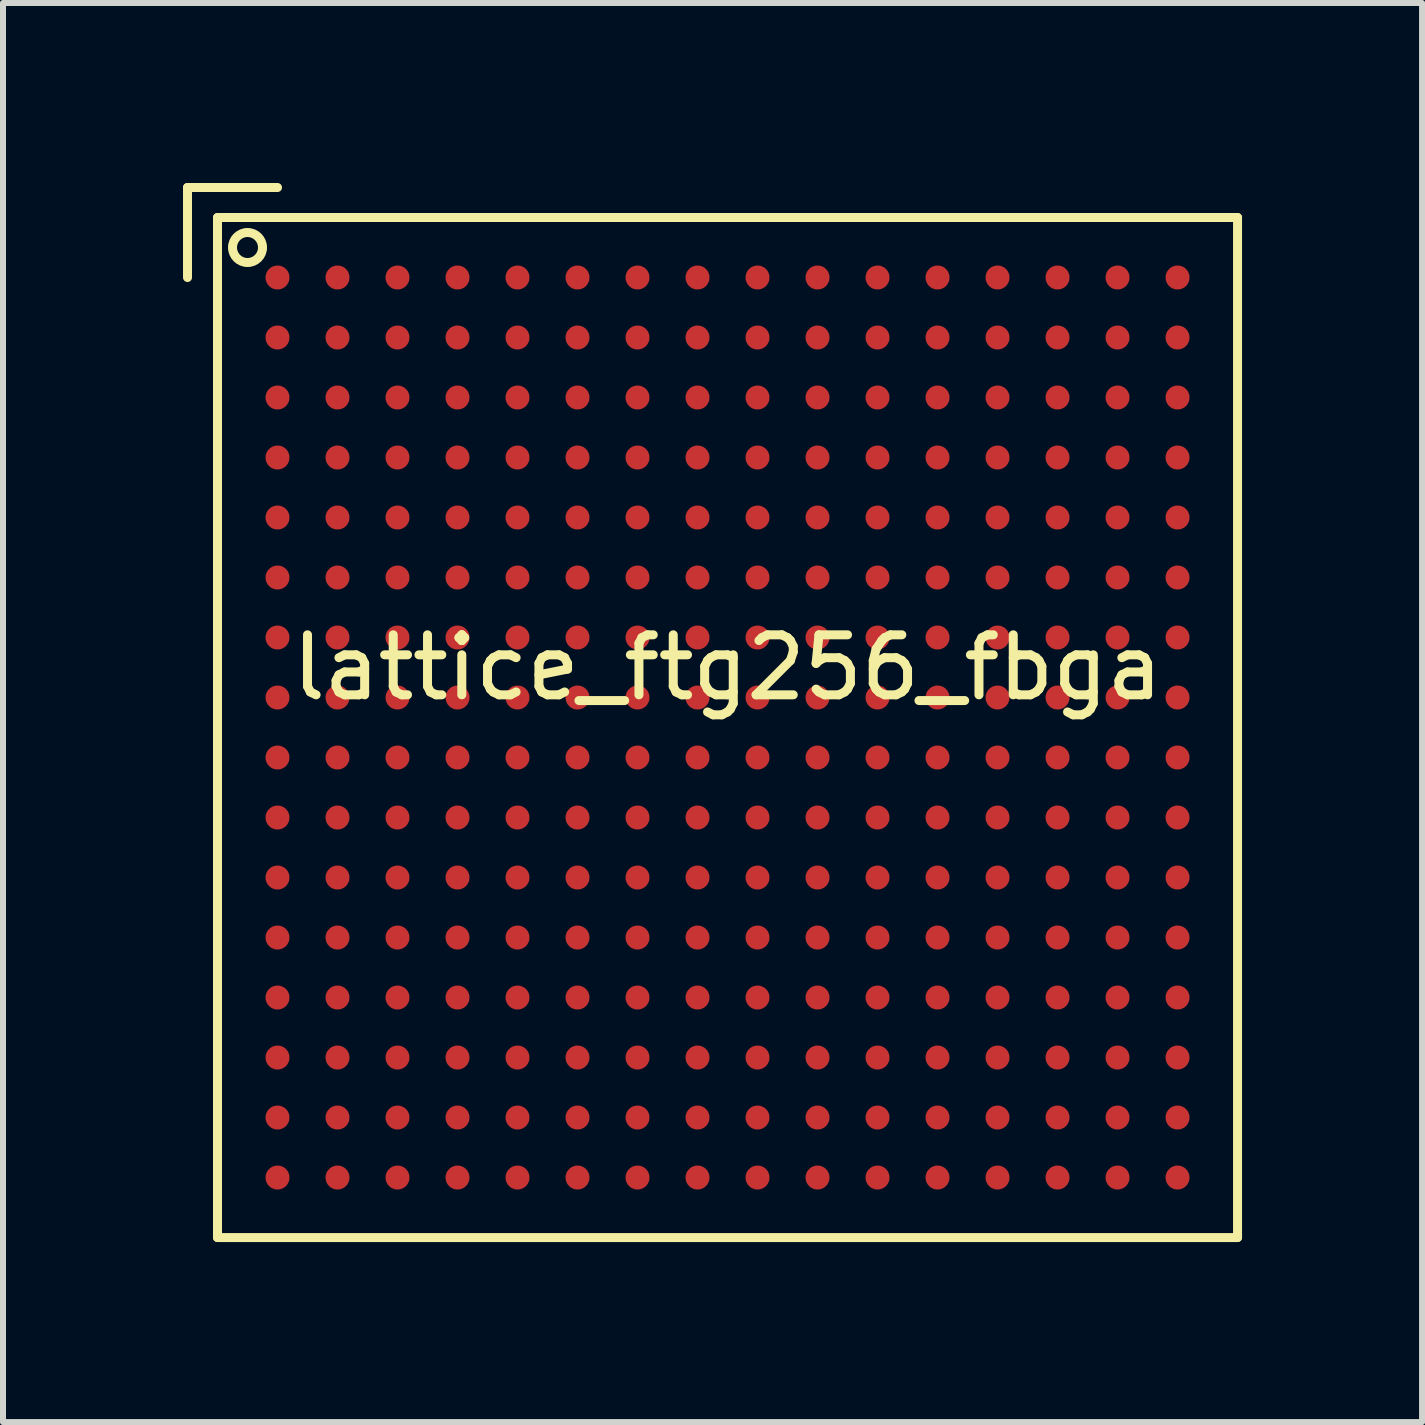
<source format=kicad_pcb>
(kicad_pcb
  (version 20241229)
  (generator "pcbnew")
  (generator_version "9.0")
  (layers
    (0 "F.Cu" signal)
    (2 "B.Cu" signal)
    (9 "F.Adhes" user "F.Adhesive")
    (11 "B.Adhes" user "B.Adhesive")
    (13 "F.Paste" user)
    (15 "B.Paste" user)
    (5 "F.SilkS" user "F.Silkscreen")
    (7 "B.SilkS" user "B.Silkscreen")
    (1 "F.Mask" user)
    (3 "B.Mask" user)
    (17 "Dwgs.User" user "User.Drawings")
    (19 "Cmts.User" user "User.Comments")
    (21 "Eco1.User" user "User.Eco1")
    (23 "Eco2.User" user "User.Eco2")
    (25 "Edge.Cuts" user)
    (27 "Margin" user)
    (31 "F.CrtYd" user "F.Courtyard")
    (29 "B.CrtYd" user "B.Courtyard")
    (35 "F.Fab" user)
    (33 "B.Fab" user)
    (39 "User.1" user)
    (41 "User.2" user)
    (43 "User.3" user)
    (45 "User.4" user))
  (footprint "lattice_ftg256_fbga"
    (layer "F.Cu")
    (at 9.075 9.075)
    (property "Reference" "lattice_ftg256_fbga" (at 0 -1 0) (layer "F.SilkS") (effects (font (size 1 1) (thickness 0.15))))
    (attr through_hole)
    (fp_line (start -9 -9) (end -9 -7.5) (stroke (width 0.15) (type solid)) (layer "F.SilkS"))
    (fp_line (start -9 -9) (end -7.5 -9) (stroke (width 0.15) (type solid)) (layer "F.SilkS"))
    (fp_line (start -8.5 -8.5) (end -8.5 8.5) (stroke (width 0.15) (type solid)) (layer "F.SilkS"))
    (fp_line (start -8.5 8.5) (end 8.5 8.5) (stroke (width 0.15) (type solid)) (layer "F.SilkS"))
    (fp_line (start 8.5 -8.5) (end -8.5 -8.5) (stroke (width 0.15) (type solid)) (layer "F.SilkS"))
    (fp_line (start 8.5 8.5) (end 8.5 -8.5) (stroke (width 0.15) (type solid)) (layer "F.SilkS"))
    (fp_circle (center -8 -8) (end -8 -7.75) (stroke (width 0.15) (type solid)) (fill no) (layer "F.SilkS"))
    (pad "A1" smd circle (at -7.5 -7.5) (size 0.4 0.4) (layers "F.Cu" "F.Mask" "F.Paste"))
    (pad "A2" smd circle (at -6.5 -7.5) (size 0.4 0.4) (layers "F.Cu" "F.Mask" "F.Paste"))
    (pad "A3" smd circle (at -5.5 -7.5) (size 0.4 0.4) (layers "F.Cu" "F.Mask" "F.Paste"))
    (pad "A4" smd circle (at -4.5 -7.5) (size 0.4 0.4) (layers "F.Cu" "F.Mask" "F.Paste"))
    (pad "A5" smd circle (at -3.5 -7.5) (size 0.4 0.4) (layers "F.Cu" "F.Mask" "F.Paste"))
    (pad "A6" smd circle (at -2.5 -7.5) (size 0.4 0.4) (layers "F.Cu" "F.Mask" "F.Paste"))
    (pad "A7" smd circle (at -1.5 -7.5) (size 0.4 0.4) (layers "F.Cu" "F.Mask" "F.Paste"))
    (pad "A8" smd circle (at -0.5 -7.5) (size 0.4 0.4) (layers "F.Cu" "F.Mask" "F.Paste"))
    (pad "A9" smd circle (at 0.5 -7.5) (size 0.4 0.4) (layers "F.Cu" "F.Mask" "F.Paste"))
    (pad "A10" smd circle (at 1.5 -7.5) (size 0.4 0.4) (layers "F.Cu" "F.Mask" "F.Paste"))
    (pad "A11" smd circle (at 2.5 -7.5) (size 0.4 0.4) (layers "F.Cu" "F.Mask" "F.Paste"))
    (pad "A12" smd circle (at 3.5 -7.5) (size 0.4 0.4) (layers "F.Cu" "F.Mask" "F.Paste"))
    (pad "A13" smd circle (at 4.5 -7.5) (size 0.4 0.4) (layers "F.Cu" "F.Mask" "F.Paste"))
    (pad "A14" smd circle (at 5.5 -7.5) (size 0.4 0.4) (layers "F.Cu" "F.Mask" "F.Paste"))
    (pad "A15" smd circle (at 6.5 -7.5) (size 0.4 0.4) (layers "F.Cu" "F.Mask" "F.Paste"))
    (pad "A16" smd circle (at 7.5 -7.5) (size 0.4 0.4) (layers "F.Cu" "F.Mask" "F.Paste"))
    (pad "B1" smd circle (at -7.5 -6.5) (size 0.4 0.4) (layers "F.Cu" "F.Mask" "F.Paste"))
    (pad "B2" smd circle (at -6.5 -6.5) (size 0.4 0.4) (layers "F.Cu" "F.Mask" "F.Paste"))
    (pad "B3" smd circle (at -5.5 -6.5) (size 0.4 0.4) (layers "F.Cu" "F.Mask" "F.Paste"))
    (pad "B4" smd circle (at -4.5 -6.5) (size 0.4 0.4) (layers "F.Cu" "F.Mask" "F.Paste"))
    (pad "B5" smd circle (at -3.5 -6.5) (size 0.4 0.4) (layers "F.Cu" "F.Mask" "F.Paste"))
    (pad "B6" smd circle (at -2.5 -6.5) (size 0.4 0.4) (layers "F.Cu" "F.Mask" "F.Paste"))
    (pad "B7" smd circle (at -1.5 -6.5) (size 0.4 0.4) (layers "F.Cu" "F.Mask" "F.Paste"))
    (pad "B8" smd circle (at -0.5 -6.5) (size 0.4 0.4) (layers "F.Cu" "F.Mask" "F.Paste"))
    (pad "B9" smd circle (at 0.5 -6.5) (size 0.4 0.4) (layers "F.Cu" "F.Mask" "F.Paste"))
    (pad "B10" smd circle (at 1.5 -6.5) (size 0.4 0.4) (layers "F.Cu" "F.Mask" "F.Paste"))
    (pad "B11" smd circle (at 2.5 -6.5) (size 0.4 0.4) (layers "F.Cu" "F.Mask" "F.Paste"))
    (pad "B12" smd circle (at 3.5 -6.5) (size 0.4 0.4) (layers "F.Cu" "F.Mask" "F.Paste"))
    (pad "B13" smd circle (at 4.5 -6.5) (size 0.4 0.4) (layers "F.Cu" "F.Mask" "F.Paste"))
    (pad "B14" smd circle (at 5.5 -6.5) (size 0.4 0.4) (layers "F.Cu" "F.Mask" "F.Paste"))
    (pad "B15" smd circle (at 6.5 -6.5) (size 0.4 0.4) (layers "F.Cu" "F.Mask" "F.Paste"))
    (pad "B16" smd circle (at 7.5 -6.5) (size 0.4 0.4) (layers "F.Cu" "F.Mask" "F.Paste"))
    (pad "C1" smd circle (at -7.5 -5.5) (size 0.4 0.4) (layers "F.Cu" "F.Mask" "F.Paste"))
    (pad "C2" smd circle (at -6.5 -5.5) (size 0.4 0.4) (layers "F.Cu" "F.Mask" "F.Paste"))
    (pad "C3" smd circle (at -5.5 -5.5) (size 0.4 0.4) (layers "F.Cu" "F.Mask" "F.Paste"))
    (pad "C4" smd circle (at -4.5 -5.5) (size 0.4 0.4) (layers "F.Cu" "F.Mask" "F.Paste"))
    (pad "C5" smd circle (at -3.5 -5.5) (size 0.4 0.4) (layers "F.Cu" "F.Mask" "F.Paste"))
    (pad "C6" smd circle (at -2.5 -5.5) (size 0.4 0.4) (layers "F.Cu" "F.Mask" "F.Paste"))
    (pad "C7" smd circle (at -1.5 -5.5) (size 0.4 0.4) (layers "F.Cu" "F.Mask" "F.Paste"))
    (pad "C8" smd circle (at -0.5 -5.5) (size 0.4 0.4) (layers "F.Cu" "F.Mask" "F.Paste"))
    (pad "C9" smd circle (at 0.5 -5.5) (size 0.4 0.4) (layers "F.Cu" "F.Mask" "F.Paste"))
    (pad "C10" smd circle (at 1.5 -5.5) (size 0.4 0.4) (layers "F.Cu" "F.Mask" "F.Paste"))
    (pad "C11" smd circle (at 2.5 -5.5) (size 0.4 0.4) (layers "F.Cu" "F.Mask" "F.Paste"))
    (pad "C12" smd circle (at 3.5 -5.5) (size 0.4 0.4) (layers "F.Cu" "F.Mask" "F.Paste"))
    (pad "C13" smd circle (at 4.5 -5.5) (size 0.4 0.4) (layers "F.Cu" "F.Mask" "F.Paste"))
    (pad "C14" smd circle (at 5.5 -5.5) (size 0.4 0.4) (layers "F.Cu" "F.Mask" "F.Paste"))
    (pad "C15" smd circle (at 6.5 -5.5) (size 0.4 0.4) (layers "F.Cu" "F.Mask" "F.Paste"))
    (pad "C16" smd circle (at 7.5 -5.5) (size 0.4 0.4) (layers "F.Cu" "F.Mask" "F.Paste"))
    (pad "D1" smd circle (at -7.5 -4.5) (size 0.4 0.4) (layers "F.Cu" "F.Mask" "F.Paste"))
    (pad "D2" smd circle (at -6.5 -4.5) (size 0.4 0.4) (layers "F.Cu" "F.Mask" "F.Paste"))
    (pad "D3" smd circle (at -5.5 -4.5) (size 0.4 0.4) (layers "F.Cu" "F.Mask" "F.Paste"))
    (pad "D4" smd circle (at -4.5 -4.5) (size 0.4 0.4) (layers "F.Cu" "F.Mask" "F.Paste"))
    (pad "D5" smd circle (at -3.5 -4.5) (size 0.4 0.4) (layers "F.Cu" "F.Mask" "F.Paste"))
    (pad "D6" smd circle (at -2.5 -4.5) (size 0.4 0.4) (layers "F.Cu" "F.Mask" "F.Paste"))
    (pad "D7" smd circle (at -1.5 -4.5) (size 0.4 0.4) (layers "F.Cu" "F.Mask" "F.Paste"))
    (pad "D8" smd circle (at -0.5 -4.5) (size 0.4 0.4) (layers "F.Cu" "F.Mask" "F.Paste"))
    (pad "D9" smd circle (at 0.5 -4.5) (size 0.4 0.4) (layers "F.Cu" "F.Mask" "F.Paste"))
    (pad "D10" smd circle (at 1.5 -4.5) (size 0.4 0.4) (layers "F.Cu" "F.Mask" "F.Paste"))
    (pad "D11" smd circle (at 2.5 -4.5) (size 0.4 0.4) (layers "F.Cu" "F.Mask" "F.Paste"))
    (pad "D12" smd circle (at 3.5 -4.5) (size 0.4 0.4) (layers "F.Cu" "F.Mask" "F.Paste"))
    (pad "D13" smd circle (at 4.5 -4.5) (size 0.4 0.4) (layers "F.Cu" "F.Mask" "F.Paste"))
    (pad "D14" smd circle (at 5.5 -4.5) (size 0.4 0.4) (layers "F.Cu" "F.Mask" "F.Paste"))
    (pad "D15" smd circle (at 6.5 -4.5) (size 0.4 0.4) (layers "F.Cu" "F.Mask" "F.Paste"))
    (pad "D16" smd circle (at 7.5 -4.5) (size 0.4 0.4) (layers "F.Cu" "F.Mask" "F.Paste"))
    (pad "E1" smd circle (at -7.5 -3.5) (size 0.4 0.4) (layers "F.Cu" "F.Mask" "F.Paste"))
    (pad "E2" smd circle (at -6.5 -3.5) (size 0.4 0.4) (layers "F.Cu" "F.Mask" "F.Paste"))
    (pad "E3" smd circle (at -5.5 -3.5) (size 0.4 0.4) (layers "F.Cu" "F.Mask" "F.Paste"))
    (pad "E4" smd circle (at -4.5 -3.5) (size 0.4 0.4) (layers "F.Cu" "F.Mask" "F.Paste"))
    (pad "E5" smd circle (at -3.5 -3.5) (size 0.4 0.4) (layers "F.Cu" "F.Mask" "F.Paste"))
    (pad "E6" smd circle (at -2.5 -3.5) (size 0.4 0.4) (layers "F.Cu" "F.Mask" "F.Paste"))
    (pad "E7" smd circle (at -1.5 -3.5) (size 0.4 0.4) (layers "F.Cu" "F.Mask" "F.Paste"))
    (pad "E8" smd circle (at -0.5 -3.5) (size 0.4 0.4) (layers "F.Cu" "F.Mask" "F.Paste"))
    (pad "E9" smd circle (at 0.5 -3.5) (size 0.4 0.4) (layers "F.Cu" "F.Mask" "F.Paste"))
    (pad "E10" smd circle (at 1.5 -3.5) (size 0.4 0.4) (layers "F.Cu" "F.Mask" "F.Paste"))
    (pad "E11" smd circle (at 2.5 -3.5) (size 0.4 0.4) (layers "F.Cu" "F.Mask" "F.Paste"))
    (pad "E12" smd circle (at 3.5 -3.5) (size 0.4 0.4) (layers "F.Cu" "F.Mask" "F.Paste"))
    (pad "E13" smd circle (at 4.5 -3.5) (size 0.4 0.4) (layers "F.Cu" "F.Mask" "F.Paste"))
    (pad "E14" smd circle (at 5.5 -3.5) (size 0.4 0.4) (layers "F.Cu" "F.Mask" "F.Paste"))
    (pad "E15" smd circle (at 6.5 -3.5) (size 0.4 0.4) (layers "F.Cu" "F.Mask" "F.Paste"))
    (pad "E16" smd circle (at 7.5 -3.5) (size 0.4 0.4) (layers "F.Cu" "F.Mask" "F.Paste"))
    (pad "F1" smd circle (at -7.5 -2.5) (size 0.4 0.4) (layers "F.Cu" "F.Mask" "F.Paste"))
    (pad "F2" smd circle (at -6.5 -2.5) (size 0.4 0.4) (layers "F.Cu" "F.Mask" "F.Paste"))
    (pad "F3" smd circle (at -5.5 -2.5) (size 0.4 0.4) (layers "F.Cu" "F.Mask" "F.Paste"))
    (pad "F4" smd circle (at -4.5 -2.5) (size 0.4 0.4) (layers "F.Cu" "F.Mask" "F.Paste"))
    (pad "F5" smd circle (at -3.5 -2.5) (size 0.4 0.4) (layers "F.Cu" "F.Mask" "F.Paste"))
    (pad "F6" smd circle (at -2.5 -2.5) (size 0.4 0.4) (layers "F.Cu" "F.Mask" "F.Paste"))
    (pad "F7" smd circle (at -1.5 -2.5) (size 0.4 0.4) (layers "F.Cu" "F.Mask" "F.Paste"))
    (pad "F8" smd circle (at -0.5 -2.5) (size 0.4 0.4) (layers "F.Cu" "F.Mask" "F.Paste"))
    (pad "F9" smd circle (at 0.5 -2.5) (size 0.4 0.4) (layers "F.Cu" "F.Mask" "F.Paste"))
    (pad "F10" smd circle (at 1.5 -2.5) (size 0.4 0.4) (layers "F.Cu" "F.Mask" "F.Paste"))
    (pad "F11" smd circle (at 2.5 -2.5) (size 0.4 0.4) (layers "F.Cu" "F.Mask" "F.Paste"))
    (pad "F12" smd circle (at 3.5 -2.5) (size 0.4 0.4) (layers "F.Cu" "F.Mask" "F.Paste"))
    (pad "F13" smd circle (at 4.5 -2.5) (size 0.4 0.4) (layers "F.Cu" "F.Mask" "F.Paste"))
    (pad "F14" smd circle (at 5.5 -2.5) (size 0.4 0.4) (layers "F.Cu" "F.Mask" "F.Paste"))
    (pad "F15" smd circle (at 6.5 -2.5) (size 0.4 0.4) (layers "F.Cu" "F.Mask" "F.Paste"))
    (pad "F16" smd circle (at 7.5 -2.5) (size 0.4 0.4) (layers "F.Cu" "F.Mask" "F.Paste"))
    (pad "G1" smd circle (at -7.5 -1.5) (size 0.4 0.4) (layers "F.Cu" "F.Mask" "F.Paste"))
    (pad "G2" smd circle (at -6.5 -1.5) (size 0.4 0.4) (layers "F.Cu" "F.Mask" "F.Paste"))
    (pad "G3" smd circle (at -5.5 -1.5) (size 0.4 0.4) (layers "F.Cu" "F.Mask" "F.Paste"))
    (pad "G4" smd circle (at -4.5 -1.5) (size 0.4 0.4) (layers "F.Cu" "F.Mask" "F.Paste"))
    (pad "G5" smd circle (at -3.5 -1.5) (size 0.4 0.4) (layers "F.Cu" "F.Mask" "F.Paste"))
    (pad "G6" smd circle (at -2.5 -1.5) (size 0.4 0.4) (layers "F.Cu" "F.Mask" "F.Paste"))
    (pad "G7" smd circle (at -1.5 -1.5) (size 0.4 0.4) (layers "F.Cu" "F.Mask" "F.Paste"))
    (pad "G8" smd circle (at -0.5 -1.5) (size 0.4 0.4) (layers "F.Cu" "F.Mask" "F.Paste"))
    (pad "G9" smd circle (at 0.5 -1.5) (size 0.4 0.4) (layers "F.Cu" "F.Mask" "F.Paste"))
    (pad "G10" smd circle (at 1.5 -1.5) (size 0.4 0.4) (layers "F.Cu" "F.Mask" "F.Paste"))
    (pad "G11" smd circle (at 2.5 -1.5) (size 0.4 0.4) (layers "F.Cu" "F.Mask" "F.Paste"))
    (pad "G12" smd circle (at 3.5 -1.5) (size 0.4 0.4) (layers "F.Cu" "F.Mask" "F.Paste"))
    (pad "G13" smd circle (at 4.5 -1.5) (size 0.4 0.4) (layers "F.Cu" "F.Mask" "F.Paste"))
    (pad "G14" smd circle (at 5.5 -1.5) (size 0.4 0.4) (layers "F.Cu" "F.Mask" "F.Paste"))
    (pad "G15" smd circle (at 6.5 -1.5) (size 0.4 0.4) (layers "F.Cu" "F.Mask" "F.Paste"))
    (pad "G16" smd circle (at 7.5 -1.5) (size 0.4 0.4) (layers "F.Cu" "F.Mask" "F.Paste"))
    (pad "H1" smd circle (at -7.5 -0.5) (size 0.4 0.4) (layers "F.Cu" "F.Mask" "F.Paste"))
    (pad "H2" smd circle (at -6.5 -0.5) (size 0.4 0.4) (layers "F.Cu" "F.Mask" "F.Paste"))
    (pad "H3" smd circle (at -5.5 -0.5) (size 0.4 0.4) (layers "F.Cu" "F.Mask" "F.Paste"))
    (pad "H4" smd circle (at -4.5 -0.5) (size 0.4 0.4) (layers "F.Cu" "F.Mask" "F.Paste"))
    (pad "H5" smd circle (at -3.5 -0.5) (size 0.4 0.4) (layers "F.Cu" "F.Mask" "F.Paste"))
    (pad "H6" smd circle (at -2.5 -0.5) (size 0.4 0.4) (layers "F.Cu" "F.Mask" "F.Paste"))
    (pad "H7" smd circle (at -1.5 -0.5) (size 0.4 0.4) (layers "F.Cu" "F.Mask" "F.Paste"))
    (pad "H8" smd circle (at -0.5 -0.5) (size 0.4 0.4) (layers "F.Cu" "F.Mask" "F.Paste"))
    (pad "H9" smd circle (at 0.5 -0.5) (size 0.4 0.4) (layers "F.Cu" "F.Mask" "F.Paste"))
    (pad "H10" smd circle (at 1.5 -0.5) (size 0.4 0.4) (layers "F.Cu" "F.Mask" "F.Paste"))
    (pad "H11" smd circle (at 2.5 -0.5) (size 0.4 0.4) (layers "F.Cu" "F.Mask" "F.Paste"))
    (pad "H12" smd circle (at 3.5 -0.5) (size 0.4 0.4) (layers "F.Cu" "F.Mask" "F.Paste"))
    (pad "H13" smd circle (at 4.5 -0.5) (size 0.4 0.4) (layers "F.Cu" "F.Mask" "F.Paste"))
    (pad "H14" smd circle (at 5.5 -0.5) (size 0.4 0.4) (layers "F.Cu" "F.Mask" "F.Paste"))
    (pad "H15" smd circle (at 6.5 -0.5) (size 0.4 0.4) (layers "F.Cu" "F.Mask" "F.Paste"))
    (pad "H16" smd circle (at 7.5 -0.5) (size 0.4 0.4) (layers "F.Cu" "F.Mask" "F.Paste"))
    (pad "J1" smd circle (at -7.5 0.5) (size 0.4 0.4) (layers "F.Cu" "F.Mask" "F.Paste"))
    (pad "J2" smd circle (at -6.5 0.5) (size 0.4 0.4) (layers "F.Cu" "F.Mask" "F.Paste"))
    (pad "J3" smd circle (at -5.5 0.5) (size 0.4 0.4) (layers "F.Cu" "F.Mask" "F.Paste"))
    (pad "J4" smd circle (at -4.5 0.5) (size 0.4 0.4) (layers "F.Cu" "F.Mask" "F.Paste"))
    (pad "J5" smd circle (at -3.5 0.5) (size 0.4 0.4) (layers "F.Cu" "F.Mask" "F.Paste"))
    (pad "J6" smd circle (at -2.5 0.5) (size 0.4 0.4) (layers "F.Cu" "F.Mask" "F.Paste"))
    (pad "J7" smd circle (at -1.5 0.5) (size 0.4 0.4) (layers "F.Cu" "F.Mask" "F.Paste"))
    (pad "J8" smd circle (at -0.5 0.5) (size 0.4 0.4) (layers "F.Cu" "F.Mask" "F.Paste"))
    (pad "J9" smd circle (at 0.5 0.5) (size 0.4 0.4) (layers "F.Cu" "F.Mask" "F.Paste"))
    (pad "J10" smd circle (at 1.5 0.5) (size 0.4 0.4) (layers "F.Cu" "F.Mask" "F.Paste"))
    (pad "J11" smd circle (at 2.5 0.5) (size 0.4 0.4) (layers "F.Cu" "F.Mask" "F.Paste"))
    (pad "J12" smd circle (at 3.5 0.5) (size 0.4 0.4) (layers "F.Cu" "F.Mask" "F.Paste"))
    (pad "J13" smd circle (at 4.5 0.5) (size 0.4 0.4) (layers "F.Cu" "F.Mask" "F.Paste"))
    (pad "J14" smd circle (at 5.5 0.5) (size 0.4 0.4) (layers "F.Cu" "F.Mask" "F.Paste"))
    (pad "J15" smd circle (at 6.5 0.5) (size 0.4 0.4) (layers "F.Cu" "F.Mask" "F.Paste"))
    (pad "J16" smd circle (at 7.5 0.5) (size 0.4 0.4) (layers "F.Cu" "F.Mask" "F.Paste"))
    (pad "K1" smd circle (at -7.5 1.5) (size 0.4 0.4) (layers "F.Cu" "F.Mask" "F.Paste"))
    (pad "K2" smd circle (at -6.5 1.5) (size 0.4 0.4) (layers "F.Cu" "F.Mask" "F.Paste"))
    (pad "K3" smd circle (at -5.5 1.5) (size 0.4 0.4) (layers "F.Cu" "F.Mask" "F.Paste"))
    (pad "K4" smd circle (at -4.5 1.5) (size 0.4 0.4) (layers "F.Cu" "F.Mask" "F.Paste"))
    (pad "K5" smd circle (at -3.5 1.5) (size 0.4 0.4) (layers "F.Cu" "F.Mask" "F.Paste"))
    (pad "K6" smd circle (at -2.5 1.5) (size 0.4 0.4) (layers "F.Cu" "F.Mask" "F.Paste"))
    (pad "K7" smd circle (at -1.5 1.5) (size 0.4 0.4) (layers "F.Cu" "F.Mask" "F.Paste"))
    (pad "K8" smd circle (at -0.5 1.5) (size 0.4 0.4) (layers "F.Cu" "F.Mask" "F.Paste"))
    (pad "K9" smd circle (at 0.5 1.5) (size 0.4 0.4) (layers "F.Cu" "F.Mask" "F.Paste"))
    (pad "K10" smd circle (at 1.5 1.5) (size 0.4 0.4) (layers "F.Cu" "F.Mask" "F.Paste"))
    (pad "K11" smd circle (at 2.5 1.5) (size 0.4 0.4) (layers "F.Cu" "F.Mask" "F.Paste"))
    (pad "K12" smd circle (at 3.5 1.5) (size 0.4 0.4) (layers "F.Cu" "F.Mask" "F.Paste"))
    (pad "K13" smd circle (at 4.5 1.5) (size 0.4 0.4) (layers "F.Cu" "F.Mask" "F.Paste"))
    (pad "K14" smd circle (at 5.5 1.5) (size 0.4 0.4) (layers "F.Cu" "F.Mask" "F.Paste"))
    (pad "K15" smd circle (at 6.5 1.5) (size 0.4 0.4) (layers "F.Cu" "F.Mask" "F.Paste"))
    (pad "K16" smd circle (at 7.5 1.5) (size 0.4 0.4) (layers "F.Cu" "F.Mask" "F.Paste"))
    (pad "L1" smd circle (at -7.5 2.5) (size 0.4 0.4) (layers "F.Cu" "F.Mask" "F.Paste"))
    (pad "L2" smd circle (at -6.5 2.5) (size 0.4 0.4) (layers "F.Cu" "F.Mask" "F.Paste"))
    (pad "L3" smd circle (at -5.5 2.5) (size 0.4 0.4) (layers "F.Cu" "F.Mask" "F.Paste"))
    (pad "L4" smd circle (at -4.5 2.5) (size 0.4 0.4) (layers "F.Cu" "F.Mask" "F.Paste"))
    (pad "L5" smd circle (at -3.5 2.5) (size 0.4 0.4) (layers "F.Cu" "F.Mask" "F.Paste"))
    (pad "L6" smd circle (at -2.5 2.5) (size 0.4 0.4) (layers "F.Cu" "F.Mask" "F.Paste"))
    (pad "L7" smd circle (at -1.5 2.5) (size 0.4 0.4) (layers "F.Cu" "F.Mask" "F.Paste"))
    (pad "L8" smd circle (at -0.5 2.5) (size 0.4 0.4) (layers "F.Cu" "F.Mask" "F.Paste"))
    (pad "L9" smd circle (at 0.5 2.5) (size 0.4 0.4) (layers "F.Cu" "F.Mask" "F.Paste"))
    (pad "L10" smd circle (at 1.5 2.5) (size 0.4 0.4) (layers "F.Cu" "F.Mask" "F.Paste"))
    (pad "L11" smd circle (at 2.5 2.5) (size 0.4 0.4) (layers "F.Cu" "F.Mask" "F.Paste"))
    (pad "L12" smd circle (at 3.5 2.5) (size 0.4 0.4) (layers "F.Cu" "F.Mask" "F.Paste"))
    (pad "L13" smd circle (at 4.5 2.5) (size 0.4 0.4) (layers "F.Cu" "F.Mask" "F.Paste"))
    (pad "L14" smd circle (at 5.5 2.5) (size 0.4 0.4) (layers "F.Cu" "F.Mask" "F.Paste"))
    (pad "L15" smd circle (at 6.5 2.5) (size 0.4 0.4) (layers "F.Cu" "F.Mask" "F.Paste"))
    (pad "L16" smd circle (at 7.5 2.5) (size 0.4 0.4) (layers "F.Cu" "F.Mask" "F.Paste"))
    (pad "M1" smd circle (at -7.5 3.5) (size 0.4 0.4) (layers "F.Cu" "F.Mask" "F.Paste"))
    (pad "M2" smd circle (at -6.5 3.5) (size 0.4 0.4) (layers "F.Cu" "F.Mask" "F.Paste"))
    (pad "M3" smd circle (at -5.5 3.5) (size 0.4 0.4) (layers "F.Cu" "F.Mask" "F.Paste"))
    (pad "M4" smd circle (at -4.5 3.5) (size 0.4 0.4) (layers "F.Cu" "F.Mask" "F.Paste"))
    (pad "M5" smd circle (at -3.5 3.5) (size 0.4 0.4) (layers "F.Cu" "F.Mask" "F.Paste"))
    (pad "M6" smd circle (at -2.5 3.5) (size 0.4 0.4) (layers "F.Cu" "F.Mask" "F.Paste"))
    (pad "M7" smd circle (at -1.5 3.5) (size 0.4 0.4) (layers "F.Cu" "F.Mask" "F.Paste"))
    (pad "M8" smd circle (at -0.5 3.5) (size 0.4 0.4) (layers "F.Cu" "F.Mask" "F.Paste"))
    (pad "M9" smd circle (at 0.5 3.5) (size 0.4 0.4) (layers "F.Cu" "F.Mask" "F.Paste"))
    (pad "M10" smd circle (at 1.5 3.5) (size 0.4 0.4) (layers "F.Cu" "F.Mask" "F.Paste"))
    (pad "M11" smd circle (at 2.5 3.5) (size 0.4 0.4) (layers "F.Cu" "F.Mask" "F.Paste"))
    (pad "M12" smd circle (at 3.5 3.5) (size 0.4 0.4) (layers "F.Cu" "F.Mask" "F.Paste"))
    (pad "M13" smd circle (at 4.5 3.5) (size 0.4 0.4) (layers "F.Cu" "F.Mask" "F.Paste"))
    (pad "M14" smd circle (at 5.5 3.5) (size 0.4 0.4) (layers "F.Cu" "F.Mask" "F.Paste"))
    (pad "M15" smd circle (at 6.5 3.5) (size 0.4 0.4) (layers "F.Cu" "F.Mask" "F.Paste"))
    (pad "M16" smd circle (at 7.5 3.5) (size 0.4 0.4) (layers "F.Cu" "F.Mask" "F.Paste"))
    (pad "N1" smd circle (at -7.5 4.5) (size 0.4 0.4) (layers "F.Cu" "F.Mask" "F.Paste"))
    (pad "N2" smd circle (at -6.5 4.5) (size 0.4 0.4) (layers "F.Cu" "F.Mask" "F.Paste"))
    (pad "N3" smd circle (at -5.5 4.5) (size 0.4 0.4) (layers "F.Cu" "F.Mask" "F.Paste"))
    (pad "N4" smd circle (at -4.5 4.5) (size 0.4 0.4) (layers "F.Cu" "F.Mask" "F.Paste"))
    (pad "N5" smd circle (at -3.5 4.5) (size 0.4 0.4) (layers "F.Cu" "F.Mask" "F.Paste"))
    (pad "N6" smd circle (at -2.5 4.5) (size 0.4 0.4) (layers "F.Cu" "F.Mask" "F.Paste"))
    (pad "N7" smd circle (at -1.5 4.5) (size 0.4 0.4) (layers "F.Cu" "F.Mask" "F.Paste"))
    (pad "N8" smd circle (at -0.5 4.5) (size 0.4 0.4) (layers "F.Cu" "F.Mask" "F.Paste"))
    (pad "N9" smd circle (at 0.5 4.5) (size 0.4 0.4) (layers "F.Cu" "F.Mask" "F.Paste"))
    (pad "N10" smd circle (at 1.5 4.5) (size 0.4 0.4) (layers "F.Cu" "F.Mask" "F.Paste"))
    (pad "N11" smd circle (at 2.5 4.5) (size 0.4 0.4) (layers "F.Cu" "F.Mask" "F.Paste"))
    (pad "N12" smd circle (at 3.5 4.5) (size 0.4 0.4) (layers "F.Cu" "F.Mask" "F.Paste"))
    (pad "N13" smd circle (at 4.5 4.5) (size 0.4 0.4) (layers "F.Cu" "F.Mask" "F.Paste"))
    (pad "N14" smd circle (at 5.5 4.5) (size 0.4 0.4) (layers "F.Cu" "F.Mask" "F.Paste"))
    (pad "N15" smd circle (at 6.5 4.5) (size 0.4 0.4) (layers "F.Cu" "F.Mask" "F.Paste"))
    (pad "N16" smd circle (at 7.5 4.5) (size 0.4 0.4) (layers "F.Cu" "F.Mask" "F.Paste"))
    (pad "P1" smd circle (at -7.5 5.5) (size 0.4 0.4) (layers "F.Cu" "F.Mask" "F.Paste"))
    (pad "P2" smd circle (at -6.5 5.5) (size 0.4 0.4) (layers "F.Cu" "F.Mask" "F.Paste"))
    (pad "P3" smd circle (at -5.5 5.5) (size 0.4 0.4) (layers "F.Cu" "F.Mask" "F.Paste"))
    (pad "P4" smd circle (at -4.5 5.5) (size 0.4 0.4) (layers "F.Cu" "F.Mask" "F.Paste"))
    (pad "P5" smd circle (at -3.5 5.5) (size 0.4 0.4) (layers "F.Cu" "F.Mask" "F.Paste"))
    (pad "P6" smd circle (at -2.5 5.5) (size 0.4 0.4) (layers "F.Cu" "F.Mask" "F.Paste"))
    (pad "P7" smd circle (at -1.5 5.5) (size 0.4 0.4) (layers "F.Cu" "F.Mask" "F.Paste"))
    (pad "P8" smd circle (at -0.5 5.5) (size 0.4 0.4) (layers "F.Cu" "F.Mask" "F.Paste"))
    (pad "P9" smd circle (at 0.5 5.5) (size 0.4 0.4) (layers "F.Cu" "F.Mask" "F.Paste"))
    (pad "P10" smd circle (at 1.5 5.5) (size 0.4 0.4) (layers "F.Cu" "F.Mask" "F.Paste"))
    (pad "P11" smd circle (at 2.5 5.5) (size 0.4 0.4) (layers "F.Cu" "F.Mask" "F.Paste"))
    (pad "P12" smd circle (at 3.5 5.5) (size 0.4 0.4) (layers "F.Cu" "F.Mask" "F.Paste"))
    (pad "P13" smd circle (at 4.5 5.5) (size 0.4 0.4) (layers "F.Cu" "F.Mask" "F.Paste"))
    (pad "P14" smd circle (at 5.5 5.5) (size 0.4 0.4) (layers "F.Cu" "F.Mask" "F.Paste"))
    (pad "P15" smd circle (at 6.5 5.5) (size 0.4 0.4) (layers "F.Cu" "F.Mask" "F.Paste"))
    (pad "P16" smd circle (at 7.5 5.5) (size 0.4 0.4) (layers "F.Cu" "F.Mask" "F.Paste"))
    (pad "R1" smd circle (at -7.5 6.5) (size 0.4 0.4) (layers "F.Cu" "F.Mask" "F.Paste"))
    (pad "R2" smd circle (at -6.5 6.5) (size 0.4 0.4) (layers "F.Cu" "F.Mask" "F.Paste"))
    (pad "R3" smd circle (at -5.5 6.5) (size 0.4 0.4) (layers "F.Cu" "F.Mask" "F.Paste"))
    (pad "R4" smd circle (at -4.5 6.5) (size 0.4 0.4) (layers "F.Cu" "F.Mask" "F.Paste"))
    (pad "R5" smd circle (at -3.5 6.5) (size 0.4 0.4) (layers "F.Cu" "F.Mask" "F.Paste"))
    (pad "R6" smd circle (at -2.5 6.5) (size 0.4 0.4) (layers "F.Cu" "F.Mask" "F.Paste"))
    (pad "R7" smd circle (at -1.5 6.5) (size 0.4 0.4) (layers "F.Cu" "F.Mask" "F.Paste"))
    (pad "R8" smd circle (at -0.5 6.5) (size 0.4 0.4) (layers "F.Cu" "F.Mask" "F.Paste"))
    (pad "R9" smd circle (at 0.5 6.5) (size 0.4 0.4) (layers "F.Cu" "F.Mask" "F.Paste"))
    (pad "R10" smd circle (at 1.5 6.5) (size 0.4 0.4) (layers "F.Cu" "F.Mask" "F.Paste"))
    (pad "R11" smd circle (at 2.5 6.5) (size 0.4 0.4) (layers "F.Cu" "F.Mask" "F.Paste"))
    (pad "R12" smd circle (at 3.5 6.5) (size 0.4 0.4) (layers "F.Cu" "F.Mask" "F.Paste"))
    (pad "R13" smd circle (at 4.5 6.5) (size 0.4 0.4) (layers "F.Cu" "F.Mask" "F.Paste"))
    (pad "R14" smd circle (at 5.5 6.5) (size 0.4 0.4) (layers "F.Cu" "F.Mask" "F.Paste"))
    (pad "R15" smd circle (at 6.5 6.5) (size 0.4 0.4) (layers "F.Cu" "F.Mask" "F.Paste"))
    (pad "R16" smd circle (at 7.5 6.5) (size 0.4 0.4) (layers "F.Cu" "F.Mask" "F.Paste"))
    (pad "T1" smd circle (at -7.5 7.5) (size 0.4 0.4) (layers "F.Cu" "F.Mask" "F.Paste"))
    (pad "T2" smd circle (at -6.5 7.5) (size 0.4 0.4) (layers "F.Cu" "F.Mask" "F.Paste"))
    (pad "T3" smd circle (at -5.5 7.5) (size 0.4 0.4) (layers "F.Cu" "F.Mask" "F.Paste"))
    (pad "T4" smd circle (at -4.5 7.5) (size 0.4 0.4) (layers "F.Cu" "F.Mask" "F.Paste"))
    (pad "T5" smd circle (at -3.5 7.5) (size 0.4 0.4) (layers "F.Cu" "F.Mask" "F.Paste"))
    (pad "T6" smd circle (at -2.5 7.5) (size 0.4 0.4) (layers "F.Cu" "F.Mask" "F.Paste"))
    (pad "T7" smd circle (at -1.5 7.5) (size 0.4 0.4) (layers "F.Cu" "F.Mask" "F.Paste"))
    (pad "T8" smd circle (at -0.5 7.5) (size 0.4 0.4) (layers "F.Cu" "F.Mask" "F.Paste"))
    (pad "T9" smd circle (at 0.5 7.5) (size 0.4 0.4) (layers "F.Cu" "F.Mask" "F.Paste"))
    (pad "T10" smd circle (at 1.5 7.5) (size 0.4 0.4) (layers "F.Cu" "F.Mask" "F.Paste"))
    (pad "T11" smd circle (at 2.5 7.5) (size 0.4 0.4) (layers "F.Cu" "F.Mask" "F.Paste"))
    (pad "T12" smd circle (at 3.5 7.5) (size 0.4 0.4) (layers "F.Cu" "F.Mask" "F.Paste"))
    (pad "T13" smd circle (at 4.5 7.5) (size 0.4 0.4) (layers "F.Cu" "F.Mask" "F.Paste"))
    (pad "T14" smd circle (at 5.5 7.5) (size 0.4 0.4) (layers "F.Cu" "F.Mask" "F.Paste"))
    (pad "T15" smd circle (at 6.5 7.5) (size 0.4 0.4) (layers "F.Cu" "F.Mask" "F.Paste"))
    (pad "T16" smd circle (at 7.5 7.5) (size 0.4 0.4) (layers "F.Cu" "F.Mask" "F.Paste")))
  (gr_rect
    (start -3 -3)
    (end 20.65 20.65)
    (stroke (width 0.1) (type default))
    (fill no)
    (layer "Edge.Cuts")))
</source>
